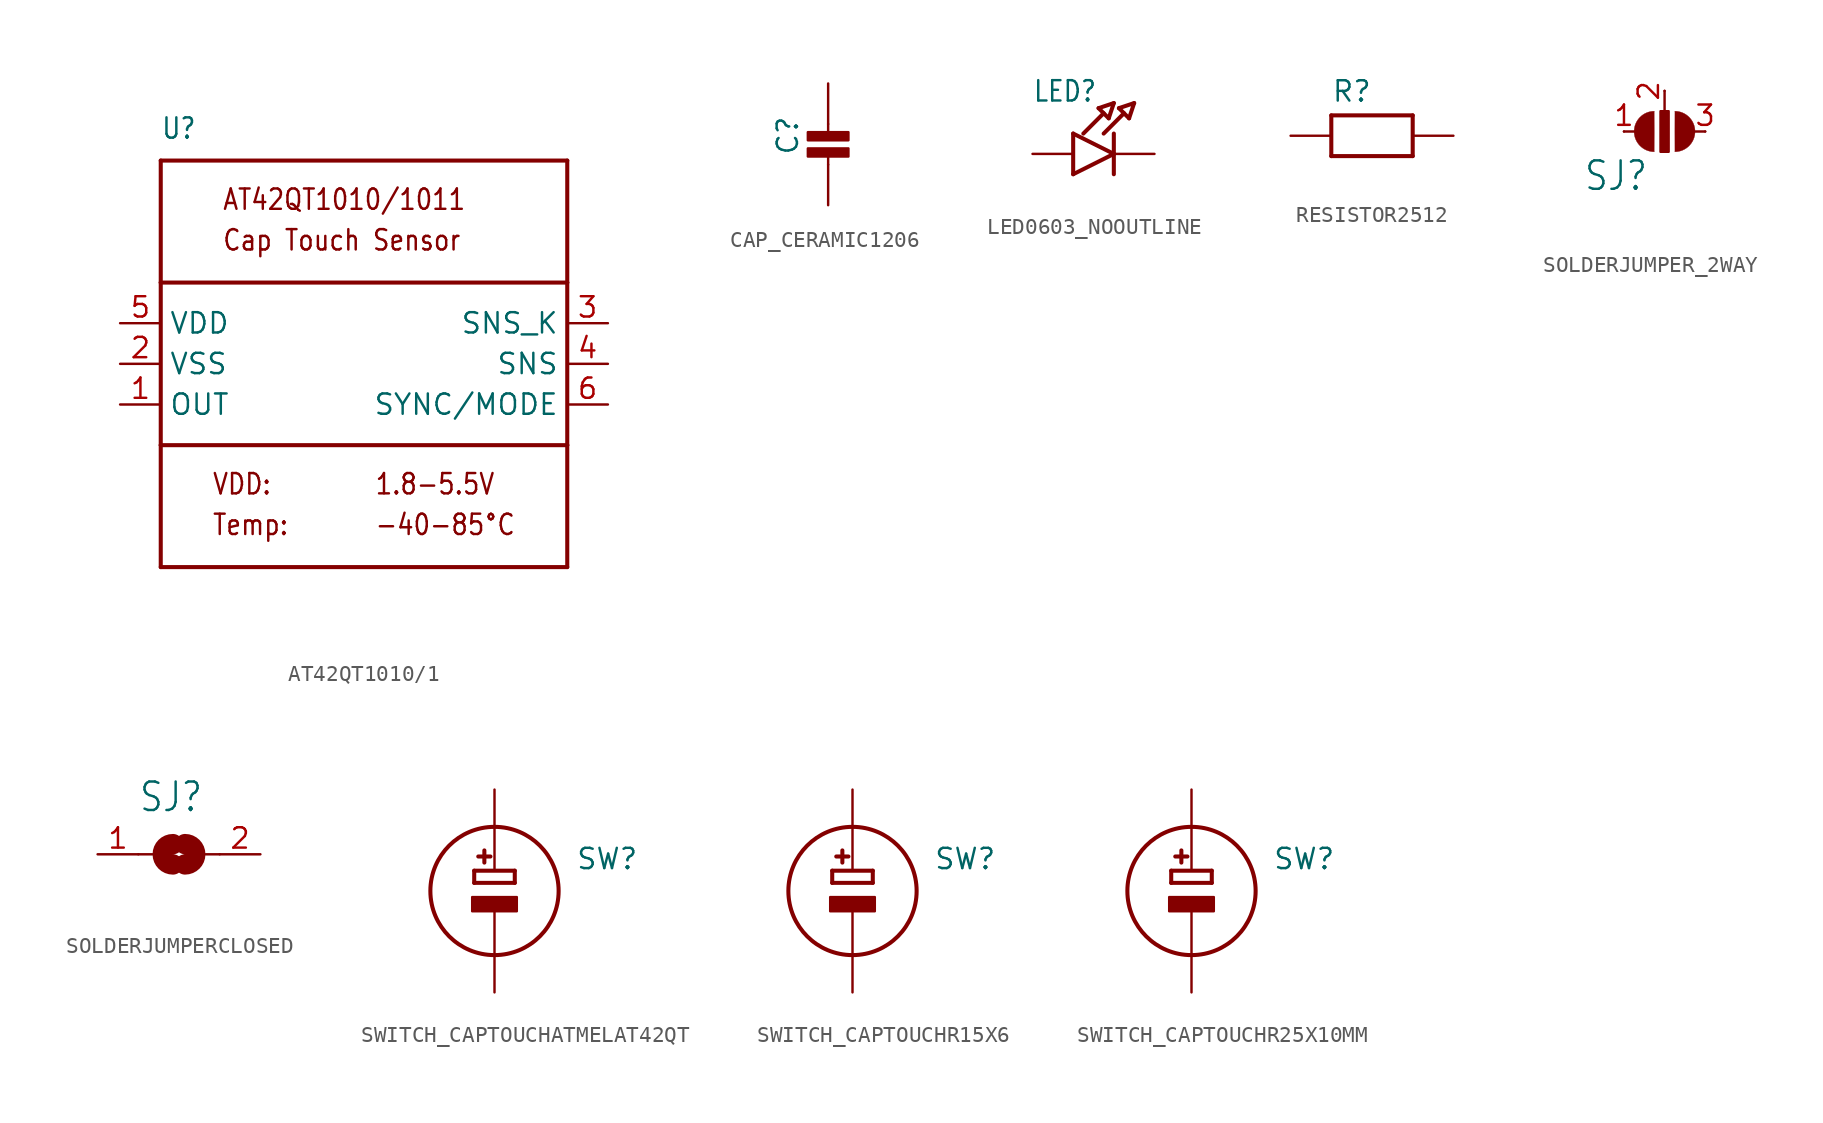
<source format=kicad_sym>
(kicad_symbol_lib
  (version 20220914)
  (generator kicad_symbol_editor)
  (symbol "AT42QT1010/1"
    (property "Reference" "U"
      (at -12.7 13.97 0)
      (effects (font (size 1.27 1.079)) (justify left bottom)))
    (property "Value" ""
      (at -12.7 -15.24 0)
      (effects (font (size 1.27 1.079)) (justify left bottom)))
    (property "ki_locked" ""
      (at 0 0 0)
      (effects (font (size 1.27 1.27))))
    (symbol "AT42QT1010/1_1_0"
      (polyline (pts (xy -12.7 -12.7) (xy 12.7 -12.7)) (stroke (width 0.254) (type solid)) (fill (type none)))
      (polyline (pts (xy -12.7 -5.08) (xy -12.7 -12.7)) (stroke (width 0.254) (type solid)) (fill (type none)))
      (polyline (pts (xy -12.7 -5.08) (xy -12.7 5.08)) (stroke (width 0.254) (type solid)) (fill (type none)))
      (polyline (pts (xy -12.7 5.08) (xy -12.7 12.7)) (stroke (width 0.254) (type solid)) (fill (type none)))
      (polyline (pts (xy -12.7 5.08) (xy 12.7 5.08)) (stroke (width 0.254) (type solid)) (fill (type none)))
      (polyline (pts (xy -12.7 12.7) (xy 12.7 12.7)) (stroke (width 0.254) (type solid)) (fill (type none)))
      (polyline (pts (xy 12.7 -12.7) (xy 12.7 -5.08)) (stroke (width 0.254) (type solid)) (fill (type none)))
      (polyline (pts (xy 12.7 -5.08) (xy -12.7 -5.08)) (stroke (width 0.254) (type solid)) (fill (type none)))
      (polyline (pts (xy 12.7 5.08) (xy 12.7 -5.08)) (stroke (width 0.254) (type solid)) (fill (type none)))
      (polyline (pts (xy 12.7 12.7) (xy 12.7 5.08)) (stroke (width 0.254) (type solid)) (fill (type none)))
      (text "-40-85°C" (at 0.635 -10.795 0) (effects (font (size 1.27 1.079)) (justify left bottom)))
      (text "1.8-5.5V" (at 0.635 -8.255 0) (effects (font (size 1.27 1.079)) (justify left bottom)))
      (text "AT42QT1010/1011" (at -8.89 9.525 0) (effects (font (size 1.27 1.079)) (justify left bottom)))
      (text "Cap Touch Sensor" (at -8.89 6.985 0) (effects (font (size 1.27 1.079)) (justify left bottom)))
      (text "Temp:" (at -9.525 -10.795 0) (effects (font (size 1.27 1.079)) (justify left bottom)))
      (text "VDD:" (at -9.525 -8.255 0) (effects (font (size 1.27 1.079)) (justify left bottom)))
      (pin output line (at -15.24 -2.54 0) (length 2.54) (name "OUT" (effects (font (size 1.27 1.27)))) (number "1" (effects (font (size 1.27 1.27)))))
      (pin power_in line (at -15.24 0 0) (length 2.54) (name "VSS" (effects (font (size 1.27 1.27)))) (number "2" (effects (font (size 1.27 1.27)))))
      (pin bidirectional line (at 15.24 2.54 180) (length 2.54) (name "SNS_K" (effects (font (size 1.27 1.27)))) (number "3" (effects (font (size 1.27 1.27)))))
      (pin bidirectional line (at 15.24 0 180) (length 2.54) (name "SNS" (effects (font (size 1.27 1.27)))) (number "4" (effects (font (size 1.27 1.27)))))
      (pin power_in line (at -15.24 2.54 0) (length 2.54) (name "VDD" (effects (font (size 1.27 1.27)))) (number "5" (effects (font (size 1.27 1.27)))))
      (pin input line (at 15.24 -2.54 180) (length 2.54) (name "SYNC/MODE" (effects (font (size 1.27 1.27)))) (number "6" (effects (font (size 1.27 1.27)))))))
  (symbol "CAP_CERAMIC1206"
    (property "Reference" "C"
      (at -1.79 0.54 90)
      (effects (font (size 1.27 1.27)) (justify left bottom)))
    (property "Value" ""
      (at 3 0.54 90)
      (effects (font (size 1.27 1.27)) (justify left bottom)))
    (property "ki_locked" ""
      (at 0 0 0)
      (effects (font (size 1.27 1.27))))
    (symbol "CAP_CERAMIC1206_1_0"
      (rectangle (start -1.27 0.508) (end 1.27 1.016) (stroke (width 0) (type default)) (fill (type outline)))
      (rectangle (start -1.27 1.524) (end 1.27 2.032) (stroke (width 0) (type default)) (fill (type outline)))
      (polyline (pts (xy 0 0.762) (xy 0 0)) (stroke (width 0.152) (type solid)) (fill (type none)))
      (polyline (pts (xy 0 2.54) (xy 0 1.778)) (stroke (width 0.152) (type solid)) (fill (type none)))
      (pin passive line (at 0 5.08 270) (length 2.54) (name "P$1" (effects (font (size 0 0)))) (number "1" (effects (font (size 0 0)))))
      (pin passive line (at 0 -2.54 90) (length 2.54) (name "P$2" (effects (font (size 0 0)))) (number "2" (effects (font (size 0 0)))))))
  (symbol "LED0603_NOOUTLINE"
    (property "Reference" "LED"
      (at -5.08 3.175 0)
      (effects (font (size 1.27 1.079)) (justify left bottom)))
    (property "Value" ""
      (at -5.08 -2.794 0)
      (effects (font (size 1.27 1.079)) (justify left bottom)))
    (property "ki_locked" ""
      (at 0 0 0)
      (effects (font (size 1.27 1.27))))
    (symbol "LED0603_NOOUTLINE_1_0"
      (polyline (pts (xy -2.54 -1.27) (xy 0 0)) (stroke (width 0.254) (type solid)) (fill (type none)))
      (polyline (pts (xy -2.54 1.27) (xy -2.54 -1.27)) (stroke (width 0.254) (type solid)) (fill (type none)))
      (polyline (pts (xy -1.905 1.27) (xy -0.635 2.54)) (stroke (width 0.254) (type solid)) (fill (type none)))
      (polyline (pts (xy -0.953 2.857) (xy -0.318 2.223)) (stroke (width 0.254) (type solid)) (fill (type none)))
      (polyline (pts (xy -0.635 1.27) (xy 0.635 2.54)) (stroke (width 0.254) (type solid)) (fill (type none)))
      (polyline (pts (xy -0.318 2.223) (xy 0 3.175)) (stroke (width 0.254) (type solid)) (fill (type none)))
      (polyline (pts (xy 0 0) (xy -2.54 1.27)) (stroke (width 0.254) (type solid)) (fill (type none)))
      (polyline (pts (xy 0 0) (xy 0 -1.27)) (stroke (width 0.254) (type solid)) (fill (type none)))
      (polyline (pts (xy 0 1.27) (xy 0 0)) (stroke (width 0.254) (type solid)) (fill (type none)))
      (polyline (pts (xy 0 3.175) (xy -0.953 2.857)) (stroke (width 0.254) (type solid)) (fill (type none)))
      (polyline (pts (xy 0.318 2.857) (xy 0.953 2.223)) (stroke (width 0.254) (type solid)) (fill (type none)))
      (polyline (pts (xy 0.953 2.223) (xy 1.27 3.175)) (stroke (width 0.254) (type solid)) (fill (type none)))
      (polyline (pts (xy 1.27 3.175) (xy 0.318 2.857)) (stroke (width 0.254) (type solid)) (fill (type none)))
      (pin passive line (at -5.08 0 0) (length 2.54) (name "A" (effects (font (size 0 0)))) (number "A" (effects (font (size 0 0)))))
      (pin passive line (at 2.54 0 180) (length 2.54) (name "C" (effects (font (size 0 0)))) (number "C" (effects (font (size 0 0)))))))
  (symbol "RESISTOR2512"
    (property "Reference" "R"
      (at -2.54 2.032 0)
      (effects (font (size 1.27 1.27)) (justify left bottom)))
    (property "Value" ""
      (at -2.54 -3.175 0)
      (effects (font (size 1.27 1.27)) (justify left bottom)))
    (property "ki_locked" ""
      (at 0 0 0)
      (effects (font (size 1.27 1.27))))
    (symbol "RESISTOR2512_1_0"
      (polyline (pts (xy -2.54 -1.27) (xy -2.54 1.27)) (stroke (width 0.254) (type solid)) (fill (type none)))
      (polyline (pts (xy -2.54 1.27) (xy 2.54 1.27)) (stroke (width 0.254) (type solid)) (fill (type none)))
      (polyline (pts (xy 2.54 -1.27) (xy -2.54 -1.27)) (stroke (width 0.254) (type solid)) (fill (type none)))
      (polyline (pts (xy 2.54 1.27) (xy 2.54 -1.27)) (stroke (width 0.254) (type solid)) (fill (type none)))
      (pin passive line (at -5.08 0 0) (length 2.54) (name "1" (effects (font (size 0 0)))) (number "1" (effects (font (size 0 0)))))
      (pin passive line (at 5.08 0 180) (length 2.54) (name "2" (effects (font (size 0 0)))) (number "2" (effects (font (size 0 0)))))))
  (symbol "SOLDERJUMPER_2WAY"
    (property "Reference" "SJ"
      (at -5.08 -3.81 0)
      (effects (font (size 1.778 1.511)) (justify left bottom)))
    (property "Value" ""
      (at -5.08 -6.35 0)
      (effects (font (size 1.778 1.511)) (justify left bottom)))
    (property "ki_locked" ""
      (at 0 0 0)
      (effects (font (size 1.27 1.27))))
    (symbol "SOLDERJUMPER_2WAY_1_0"
      (arc (start -0.635 1.27) (mid -1.905 0) (end -0.635 -1.27) (stroke (width 0.0001) (type solid)) (fill (type outline)))
      (rectangle (start -0.254 -1.27) (end 0.254 1.27) (stroke (width 0) (type default)) (fill (type outline)))
      (polyline (pts (xy -2.54 0) (xy -1.651 0)) (stroke (width 0.152) (type solid)) (fill (type none)))
      (polyline (pts (xy 0 2.54) (xy 0 0.381)) (stroke (width 0.152) (type solid)) (fill (type none)))
      (polyline (pts (xy 2.54 0) (xy 1.651 0)) (stroke (width 0.152) (type solid)) (fill (type none)))
      (arc (start 0.635 -1.27) (mid 1.905 0) (end 0.635 1.27) (stroke (width 0.0001) (type solid)) (fill (type outline)))
      (pin passive line (at -2.54 0 0) (length 0) (name "1" (effects (font (size 0 0)))) (number "1" (effects (font (size 1.27 1.27)))))
      (pin passive line (at 0 2.54 270) (length 0) (name "2" (effects (font (size 0 0)))) (number "2" (effects (font (size 1.27 1.27)))))
      (pin passive line (at 2.54 0 180) (length 0) (name "3" (effects (font (size 0 0)))) (number "3" (effects (font (size 1.27 1.27)))))))
  (symbol "SOLDERJUMPERCLOSED"
    (property "Reference" "SJ"
      (at -2.54 2.54 0)
      (effects (font (size 1.778 1.511)) (justify left bottom)))
    (property "Value" ""
      (at -2.54 -3.81 0)
      (effects (font (size 1.778 1.511)) (justify left bottom)))
    (property "ki_locked" ""
      (at 0 0 0)
      (effects (font (size 1.27 1.27))))
    (symbol "SOLDERJUMPERCLOSED_1_0"
      (arc (start -0.3808 0.635) (mid -1.0159 0.0001) (end -0.381 -0.635) (stroke (width 1.27) (type solid)) (fill (type none)))
      (polyline (pts (xy -2.54 0) (xy -1.651 0)) (stroke (width 0.152) (type solid)) (fill (type none)))
      (polyline (pts (xy 2.54 0) (xy 1.651 0)) (stroke (width 0.152) (type solid)) (fill (type none)))
      (arc (start 0.3808 -0.635) (mid 1.0159 -0.0001) (end 0.381 0.635) (stroke (width 1.27) (type solid)) (fill (type none)))
      (pin passive line (at -5.08 0 0) (length 2.54) (name "1" (effects (font (size 0 0)))) (number "1" (effects (font (size 1.27 1.27)))))
      (pin passive line (at 5.08 0 180) (length 2.54) (name "2" (effects (font (size 0 0)))) (number "2" (effects (font (size 1.27 1.27)))))))
  (symbol "SWITCH_CAPTOUCHATMELAT42QT"
    (property "Reference" "SW"
      (at 5.08 0 0)
      (effects (font (size 1.27 1.27)) (justify left bottom)))
    (property "Value" ""
      (at 5.08 -2.54 0)
      (effects (font (size 1.27 1.27)) (justify left bottom)))
    (property "ki_locked" ""
      (at 0 0 0)
      (effects (font (size 1.27 1.27))))
    (symbol "SWITCH_CAPTOUCHATMELAT42QT_1_0"
      (rectangle (start -1.397 -2.54) (end 1.397 -1.651) (stroke (width 0) (type default)) (fill (type outline)))
      (circle (center 0 -1.27) (radius 4.016) (stroke (width 0.254) (type solid)) (fill (type none)))
      (polyline (pts (xy -1.27 -0.762) (xy -1.27 0)) (stroke (width 0.254) (type solid)) (fill (type none)))
      (polyline (pts (xy -1.27 0) (xy 1.27 0)) (stroke (width 0.254) (type solid)) (fill (type none)))
      (polyline (pts (xy -1.016 0.889) (xy -0.254 0.889)) (stroke (width 0.254) (type solid)) (fill (type none)))
      (polyline (pts (xy -0.635 1.27) (xy -0.635 0.508)) (stroke (width 0.254) (type solid)) (fill (type none)))
      (polyline (pts (xy 1.27 -0.762) (xy -1.27 -0.762)) (stroke (width 0.254) (type solid)) (fill (type none)))
      (polyline (pts (xy 1.27 0) (xy 1.27 -0.762)) (stroke (width 0.254) (type solid)) (fill (type none)))
      (pin passive line (at 0 5.08 270) (length 5.08) (name "+" (effects (font (size 0 0)))) (number "E" (effects (font (size 0 0)))))
      (pin passive line (at 0 -7.62 90) (length 5.08) (name "-" (effects (font (size 0 0)))) (number "G" (effects (font (size 0 0)))))))
  (symbol "SWITCH_CAPTOUCHR15X6"
    (property "Reference" "SW"
      (at 5.08 0 0)
      (effects (font (size 1.27 1.27)) (justify left bottom)))
    (property "Value" ""
      (at 5.08 -2.54 0)
      (effects (font (size 1.27 1.27)) (justify left bottom)))
    (property "ki_locked" ""
      (at 0 0 0)
      (effects (font (size 1.27 1.27))))
    (symbol "SWITCH_CAPTOUCHR15X6_1_0"
      (rectangle (start -1.397 -2.54) (end 1.397 -1.651) (stroke (width 0) (type default)) (fill (type outline)))
      (circle (center 0 -1.27) (radius 4.016) (stroke (width 0.254) (type solid)) (fill (type none)))
      (polyline (pts (xy -1.27 -0.762) (xy -1.27 0)) (stroke (width 0.254) (type solid)) (fill (type none)))
      (polyline (pts (xy -1.27 0) (xy 1.27 0)) (stroke (width 0.254) (type solid)) (fill (type none)))
      (polyline (pts (xy -1.016 0.889) (xy -0.254 0.889)) (stroke (width 0.254) (type solid)) (fill (type none)))
      (polyline (pts (xy -0.635 1.27) (xy -0.635 0.508)) (stroke (width 0.254) (type solid)) (fill (type none)))
      (polyline (pts (xy 1.27 -0.762) (xy -1.27 -0.762)) (stroke (width 0.254) (type solid)) (fill (type none)))
      (polyline (pts (xy 1.27 0) (xy 1.27 -0.762)) (stroke (width 0.254) (type solid)) (fill (type none)))
      (pin passive line (at 0 5.08 270) (length 5.08) (name "+" (effects (font (size 0 0)))) (number "E" (effects (font (size 0 0)))))
      (pin passive line (at 0 -7.62 90) (length 5.08) (name "-" (effects (font (size 0 0)))) (number "G" (effects (font (size 0 0)))))))
  (symbol "SWITCH_CAPTOUCHR25X10MM"
    (property "Reference" "SW"
      (at 5.08 0 0)
      (effects (font (size 1.27 1.27)) (justify left bottom)))
    (property "Value" ""
      (at 5.08 -2.54 0)
      (effects (font (size 1.27 1.27)) (justify left bottom)))
    (property "ki_locked" ""
      (at 0 0 0)
      (effects (font (size 1.27 1.27))))
    (symbol "SWITCH_CAPTOUCHR25X10MM_1_0"
      (rectangle (start -1.397 -2.54) (end 1.397 -1.651) (stroke (width 0) (type default)) (fill (type outline)))
      (circle (center 0 -1.27) (radius 4.016) (stroke (width 0.254) (type solid)) (fill (type none)))
      (polyline (pts (xy -1.27 -0.762) (xy -1.27 0)) (stroke (width 0.254) (type solid)) (fill (type none)))
      (polyline (pts (xy -1.27 0) (xy 1.27 0)) (stroke (width 0.254) (type solid)) (fill (type none)))
      (polyline (pts (xy -1.016 0.889) (xy -0.254 0.889)) (stroke (width 0.254) (type solid)) (fill (type none)))
      (polyline (pts (xy -0.635 1.27) (xy -0.635 0.508)) (stroke (width 0.254) (type solid)) (fill (type none)))
      (polyline (pts (xy 1.27 -0.762) (xy -1.27 -0.762)) (stroke (width 0.254) (type solid)) (fill (type none)))
      (polyline (pts (xy 1.27 0) (xy 1.27 -0.762)) (stroke (width 0.254) (type solid)) (fill (type none)))
      (pin passive line (at 0 5.08 270) (length 5.08) (name "+" (effects (font (size 0 0)))) (number "E" (effects (font (size 0 0)))))
      (pin passive line (at 0 -7.62 90) (length 5.08) (name "-" (effects (font (size 0 0)))) (number "G" (effects (font (size 0 0))))))))
</source>
